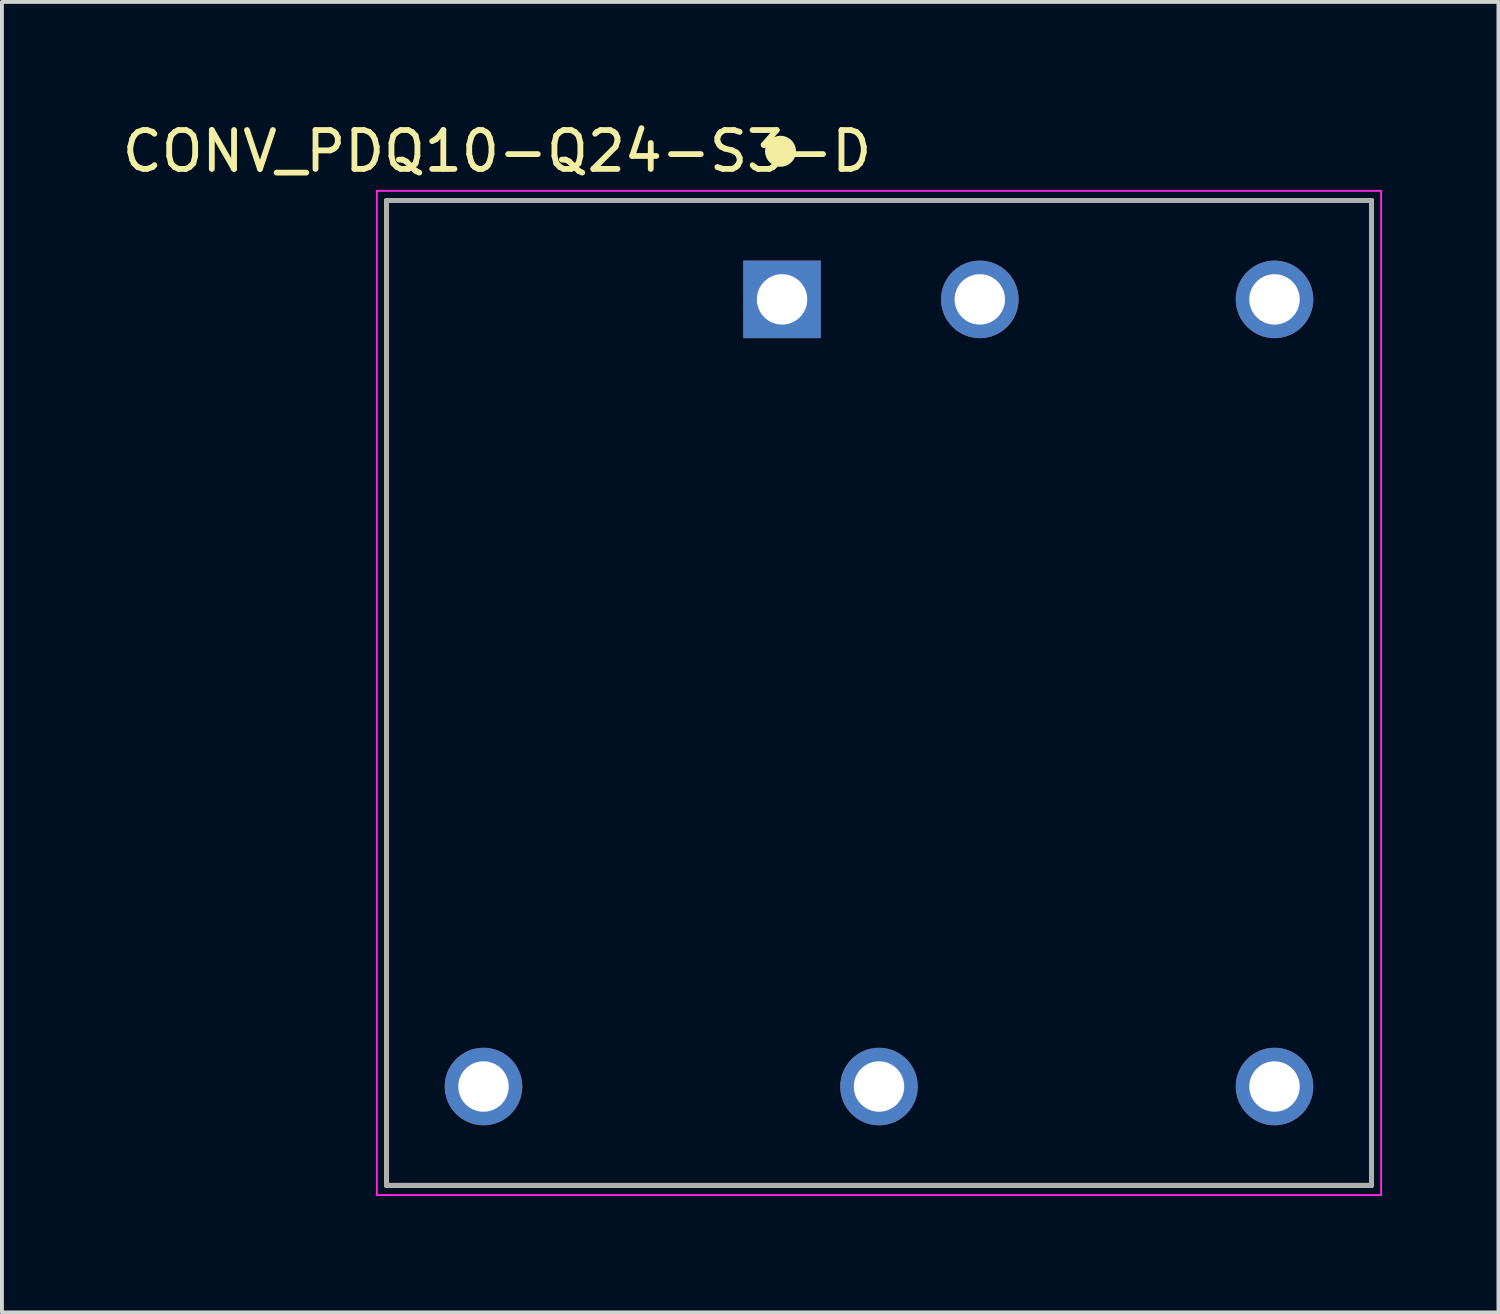
<source format=kicad_pcb>
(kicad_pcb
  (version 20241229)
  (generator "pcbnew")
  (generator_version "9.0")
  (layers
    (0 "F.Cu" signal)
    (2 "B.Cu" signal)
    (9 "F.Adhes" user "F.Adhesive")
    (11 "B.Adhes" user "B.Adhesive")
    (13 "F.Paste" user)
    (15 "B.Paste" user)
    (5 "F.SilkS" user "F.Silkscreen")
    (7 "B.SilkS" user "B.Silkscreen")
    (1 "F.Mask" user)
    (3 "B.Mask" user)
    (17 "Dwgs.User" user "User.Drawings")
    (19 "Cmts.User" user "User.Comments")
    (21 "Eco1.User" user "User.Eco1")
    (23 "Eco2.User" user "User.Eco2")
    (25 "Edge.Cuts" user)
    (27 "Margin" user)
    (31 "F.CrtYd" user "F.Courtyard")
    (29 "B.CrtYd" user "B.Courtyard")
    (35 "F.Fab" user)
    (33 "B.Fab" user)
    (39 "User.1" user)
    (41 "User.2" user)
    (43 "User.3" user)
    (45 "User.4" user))
  (footprint "CONV_PDQ10-Q24-S3-D"
    (layer "F.Cu")
    (at 19.619 14.821)
    (property "Reference" "CONV_PDQ10-Q24-S3-D" (at -9.851 -13.971 0) (layer "F.SilkS") (effects (font (size 1.003 1.003) (thickness 0.15))))
    (attr through_hole)
    (fp_line (start -12.7 -12.7) (end 12.7 -12.7) (stroke (width 0.127) (type solid)) (layer "F.SilkS"))
    (fp_line (start -12.7 12.7) (end -12.7 -12.7) (stroke (width 0.127) (type solid)) (layer "F.SilkS"))
    (fp_line (start 12.7 -12.7) (end 12.7 12.7) (stroke (width 0.127) (type solid)) (layer "F.SilkS"))
    (fp_line (start 12.7 12.7) (end -12.7 12.7) (stroke (width 0.127) (type solid)) (layer "F.SilkS"))
    (fp_circle (center -2.54 -13.97) (end -2.34 -13.97) (stroke (width 0.4) (type solid)) (fill no) (layer "F.SilkS"))
    (fp_line (start -12.95 -12.95) (end 12.95 -12.95) (stroke (width 0.05) (type solid)) (layer "F.CrtYd"))
    (fp_line (start -12.95 12.95) (end -12.95 -12.95) (stroke (width 0.05) (type solid)) (layer "F.CrtYd"))
    (fp_line (start 12.95 -12.95) (end 12.95 12.95) (stroke (width 0.05) (type solid)) (layer "F.CrtYd"))
    (fp_line (start 12.95 12.95) (end -12.95 12.95) (stroke (width 0.05) (type solid)) (layer "F.CrtYd"))
    (fp_line (start -12.7 -12.7) (end 12.7 -12.7) (stroke (width 0.127) (type solid)) (layer "F.Fab"))
    (fp_line (start -12.7 12.7) (end -12.7 -12.7) (stroke (width 0.127) (type solid)) (layer "F.Fab"))
    (fp_line (start 12.7 -12.7) (end 12.7 12.7) (stroke (width 0.127) (type solid)) (layer "F.Fab"))
    (fp_line (start 12.7 12.7) (end -12.7 12.7) (stroke (width 0.127) (type solid)) (layer "F.Fab"))
    (fp_circle (center -2.54 -10.16) (end -2.34 -10.16) (stroke (width 0.4) (type solid)) (fill no) (layer "F.Fab"))
    (pad "1" thru_hole rect (at -2.5 -10.15) (size 2 2) (drill 1.3) (layers "*.Cu" "*.Mask"))
    (pad "2" thru_hole circle (at 2.6 -10.15) (size 2 2) (drill 1.3) (layers "*.Cu" "*.Mask"))
    (pad "3" thru_hole circle (at -10.2 10.15) (size 2 2) (drill 1.3) (layers "*.Cu" "*.Mask"))
    (pad "4" thru_hole circle (at 0 10.15) (size 2 2) (drill 1.3) (layers "*.Cu" "*.Mask"))
    (pad "5" thru_hole circle (at 10.2 10.15) (size 2 2) (drill 1.3) (layers "*.Cu" "*.Mask"))
    (pad "6" thru_hole circle (at 10.2 -10.15) (size 2 2) (drill 1.3) (layers "*.Cu" "*.Mask")))
  (gr_rect
    (start -3 -3)
    (end 35.594 30.796)
    (stroke (width 0.1) (type default))
    (fill no)
    (layer "Edge.Cuts")))
</source>
